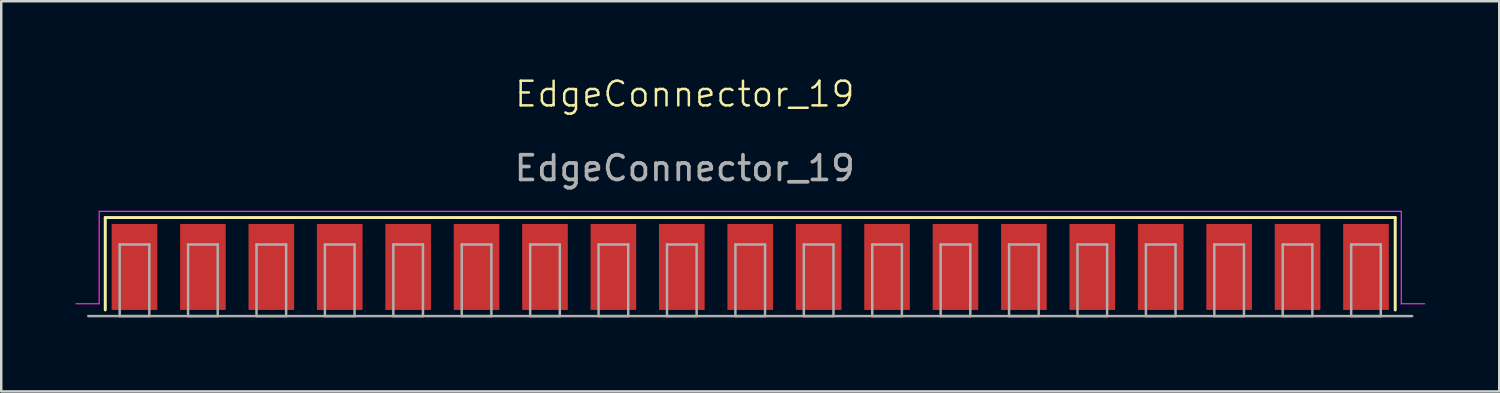
<source format=kicad_pcb>
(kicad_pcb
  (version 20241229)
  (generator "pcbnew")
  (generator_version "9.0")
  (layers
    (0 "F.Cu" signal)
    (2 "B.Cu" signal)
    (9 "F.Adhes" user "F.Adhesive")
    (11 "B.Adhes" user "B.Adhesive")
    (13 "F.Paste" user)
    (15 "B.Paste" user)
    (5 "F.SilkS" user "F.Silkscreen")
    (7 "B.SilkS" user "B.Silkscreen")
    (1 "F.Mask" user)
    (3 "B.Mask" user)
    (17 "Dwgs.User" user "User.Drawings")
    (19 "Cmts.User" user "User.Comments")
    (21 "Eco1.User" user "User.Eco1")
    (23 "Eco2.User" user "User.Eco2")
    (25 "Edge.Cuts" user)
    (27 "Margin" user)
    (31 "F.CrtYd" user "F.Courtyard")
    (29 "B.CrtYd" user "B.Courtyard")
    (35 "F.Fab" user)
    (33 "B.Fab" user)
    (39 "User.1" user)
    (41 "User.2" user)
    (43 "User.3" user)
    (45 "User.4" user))
  (footprint "EdgeConnector_19"
    (layer "F.Cu")
    (at 24.674 1.26)
    (property "Reference" "EdgeConnector_19" (at 0 -0.5 0) (unlocked yes) (layer "F.SilkS") (effects (font (size 1 1) (thickness 0.1))))
    (attr smd)
    (fp_line (start -23.462 4.498) (end -23.462 8.238) (stroke (width 0.12) (type solid)) (layer "F.SilkS"))
    (fp_line (start 28.765 4.498) (end -23.462 4.498) (stroke (width 0.12) (type solid)) (layer "F.SilkS"))
    (fp_line (start 28.765 8.238) (end 28.765 4.498) (stroke (width 0.12) (type solid)) (layer "F.SilkS"))
    (fp_line (start -24.649 7.988) (end -23.709 7.988) (stroke (width 0.05) (type solid)) (layer "F.CrtYd"))
    (fp_line (start -23.709 4.248) (end 29.011 4.248) (stroke (width 0.05) (type solid)) (layer "F.CrtYd"))
    (fp_line (start -23.709 7.988) (end -23.709 4.248) (stroke (width 0.05) (type solid)) (layer "F.CrtYd"))
    (fp_line (start 29.011 4.248) (end 29.011 7.988) (stroke (width 0.05) (type solid)) (layer "F.CrtYd"))
    (fp_line (start 29.011 7.988) (end 29.951 7.988) (stroke (width 0.05) (type solid)) (layer "F.CrtYd"))
    (fp_line (start -22.879 5.588) (end -22.879 8.488) (stroke (width 0.1) (type solid)) (layer "F.Fab"))
    (fp_line (start -22.879 8.488) (end -21.679 8.488) (stroke (width 0.1) (type solid)) (layer "F.Fab"))
    (fp_line (start -21.679 5.588) (end -22.879 5.588) (stroke (width 0.1) (type solid)) (layer "F.Fab"))
    (fp_line (start -21.679 8.488) (end -21.679 5.588) (stroke (width 0.1) (type solid)) (layer "F.Fab"))
    (fp_line (start -20.109 5.588) (end -20.109 8.488) (stroke (width 0.1) (type solid)) (layer "F.Fab"))
    (fp_line (start -20.109 8.488) (end -18.909 8.488) (stroke (width 0.1) (type solid)) (layer "F.Fab"))
    (fp_line (start -18.909 5.588) (end -20.109 5.588) (stroke (width 0.1) (type solid)) (layer "F.Fab"))
    (fp_line (start -18.909 8.488) (end -18.909 5.588) (stroke (width 0.1) (type solid)) (layer "F.Fab"))
    (fp_line (start -17.339 5.588) (end -17.339 8.488) (stroke (width 0.1) (type solid)) (layer "F.Fab"))
    (fp_line (start -17.339 8.488) (end -16.139 8.488) (stroke (width 0.1) (type solid)) (layer "F.Fab"))
    (fp_line (start -16.139 5.588) (end -17.339 5.588) (stroke (width 0.1) (type solid)) (layer "F.Fab"))
    (fp_line (start -16.139 8.488) (end -16.139 5.588) (stroke (width 0.1) (type solid)) (layer "F.Fab"))
    (fp_line (start -14.569 5.588) (end -14.569 8.488) (stroke (width 0.1) (type solid)) (layer "F.Fab"))
    (fp_line (start -14.569 8.488) (end -13.369 8.488) (stroke (width 0.1) (type solid)) (layer "F.Fab"))
    (fp_line (start -13.369 5.588) (end -14.569 5.588) (stroke (width 0.1) (type solid)) (layer "F.Fab"))
    (fp_line (start -13.369 8.488) (end -13.369 5.588) (stroke (width 0.1) (type solid)) (layer "F.Fab"))
    (fp_line (start -11.799 5.588) (end -11.799 8.488) (stroke (width 0.1) (type solid)) (layer "F.Fab"))
    (fp_line (start -11.799 8.488) (end -10.599 8.488) (stroke (width 0.1) (type solid)) (layer "F.Fab"))
    (fp_line (start -10.599 5.588) (end -11.799 5.588) (stroke (width 0.1) (type solid)) (layer "F.Fab"))
    (fp_line (start -10.599 8.488) (end -10.599 5.588) (stroke (width 0.1) (type solid)) (layer "F.Fab"))
    (fp_line (start -9.029 5.588) (end -9.029 8.488) (stroke (width 0.1) (type solid)) (layer "F.Fab"))
    (fp_line (start -9.029 8.488) (end -7.829 8.488) (stroke (width 0.1) (type solid)) (layer "F.Fab"))
    (fp_line (start -7.829 5.588) (end -9.029 5.588) (stroke (width 0.1) (type solid)) (layer "F.Fab"))
    (fp_line (start -7.829 8.488) (end -7.829 5.588) (stroke (width 0.1) (type solid)) (layer "F.Fab"))
    (fp_line (start -6.259 5.588) (end -6.259 8.488) (stroke (width 0.1) (type solid)) (layer "F.Fab"))
    (fp_line (start -6.259 8.488) (end -5.059 8.488) (stroke (width 0.1) (type solid)) (layer "F.Fab"))
    (fp_line (start -5.059 5.588) (end -6.259 5.588) (stroke (width 0.1) (type solid)) (layer "F.Fab"))
    (fp_line (start -5.059 8.488) (end -5.059 5.588) (stroke (width 0.1) (type solid)) (layer "F.Fab"))
    (fp_line (start -3.489 5.588) (end -3.489 8.488) (stroke (width 0.1) (type solid)) (layer "F.Fab"))
    (fp_line (start -3.489 8.488) (end -2.289 8.488) (stroke (width 0.1) (type solid)) (layer "F.Fab"))
    (fp_line (start -2.289 5.588) (end -3.489 5.588) (stroke (width 0.1) (type solid)) (layer "F.Fab"))
    (fp_line (start -2.289 8.488) (end -2.289 5.588) (stroke (width 0.1) (type solid)) (layer "F.Fab"))
    (fp_line (start -0.719 5.588) (end -0.719 8.488) (stroke (width 0.1) (type solid)) (layer "F.Fab"))
    (fp_line (start -0.719 8.488) (end 0.481 8.488) (stroke (width 0.1) (type solid)) (layer "F.Fab"))
    (fp_line (start 0.481 5.588) (end -0.719 5.588) (stroke (width 0.1) (type solid)) (layer "F.Fab"))
    (fp_line (start 0.481 8.488) (end 0.481 5.588) (stroke (width 0.1) (type solid)) (layer "F.Fab"))
    (fp_line (start 2.051 5.588) (end 2.051 8.488) (stroke (width 0.1) (type solid)) (layer "F.Fab"))
    (fp_line (start 2.051 8.488) (end 3.251 8.488) (stroke (width 0.1) (type solid)) (layer "F.Fab"))
    (fp_line (start 3.251 5.588) (end 2.051 5.588) (stroke (width 0.1) (type solid)) (layer "F.Fab"))
    (fp_line (start 3.251 8.488) (end 3.251 5.588) (stroke (width 0.1) (type solid)) (layer "F.Fab"))
    (fp_line (start 4.821 5.588) (end 4.821 8.488) (stroke (width 0.1) (type solid)) (layer "F.Fab"))
    (fp_line (start 4.821 8.488) (end 6.021 8.488) (stroke (width 0.1) (type solid)) (layer "F.Fab"))
    (fp_line (start 6.021 5.588) (end 4.821 5.588) (stroke (width 0.1) (type solid)) (layer "F.Fab"))
    (fp_line (start 6.021 8.488) (end 6.021 5.588) (stroke (width 0.1) (type solid)) (layer "F.Fab"))
    (fp_line (start 7.591 5.588) (end 7.591 8.488) (stroke (width 0.1) (type solid)) (layer "F.Fab"))
    (fp_line (start 7.591 8.488) (end 8.791 8.488) (stroke (width 0.1) (type solid)) (layer "F.Fab"))
    (fp_line (start 8.791 5.588) (end 7.591 5.588) (stroke (width 0.1) (type solid)) (layer "F.Fab"))
    (fp_line (start 8.791 8.488) (end 8.791 5.588) (stroke (width 0.1) (type solid)) (layer "F.Fab"))
    (fp_line (start 10.361 5.588) (end 10.361 8.488) (stroke (width 0.1) (type solid)) (layer "F.Fab"))
    (fp_line (start 10.361 8.488) (end 11.561 8.488) (stroke (width 0.1) (type solid)) (layer "F.Fab"))
    (fp_line (start 11.561 5.588) (end 10.361 5.588) (stroke (width 0.1) (type solid)) (layer "F.Fab"))
    (fp_line (start 11.561 8.488) (end 11.561 5.588) (stroke (width 0.1) (type solid)) (layer "F.Fab"))
    (fp_line (start 13.131 5.588) (end 13.131 8.488) (stroke (width 0.1) (type solid)) (layer "F.Fab"))
    (fp_line (start 13.131 8.488) (end 14.331 8.488) (stroke (width 0.1) (type solid)) (layer "F.Fab"))
    (fp_line (start 14.331 5.588) (end 13.131 5.588) (stroke (width 0.1) (type solid)) (layer "F.Fab"))
    (fp_line (start 14.331 8.488) (end 14.331 5.588) (stroke (width 0.1) (type solid)) (layer "F.Fab"))
    (fp_line (start 15.901 5.588) (end 15.901 8.488) (stroke (width 0.1) (type solid)) (layer "F.Fab"))
    (fp_line (start 15.901 8.488) (end 17.101 8.488) (stroke (width 0.1) (type solid)) (layer "F.Fab"))
    (fp_line (start 17.101 5.588) (end 15.901 5.588) (stroke (width 0.1) (type solid)) (layer "F.Fab"))
    (fp_line (start 17.101 8.488) (end 17.101 5.588) (stroke (width 0.1) (type solid)) (layer "F.Fab"))
    (fp_line (start 18.671 5.588) (end 18.671 8.488) (stroke (width 0.1) (type solid)) (layer "F.Fab"))
    (fp_line (start 18.671 8.488) (end 19.871 8.488) (stroke (width 0.1) (type solid)) (layer "F.Fab"))
    (fp_line (start 19.871 5.588) (end 18.671 5.588) (stroke (width 0.1) (type solid)) (layer "F.Fab"))
    (fp_line (start 19.871 8.488) (end 19.871 5.588) (stroke (width 0.1) (type solid)) (layer "F.Fab"))
    (fp_line (start 21.441 5.588) (end 21.441 8.488) (stroke (width 0.1) (type solid)) (layer "F.Fab"))
    (fp_line (start 21.441 8.488) (end 22.641 8.488) (stroke (width 0.1) (type solid)) (layer "F.Fab"))
    (fp_line (start 22.641 5.588) (end 21.441 5.588) (stroke (width 0.1) (type solid)) (layer "F.Fab"))
    (fp_line (start 22.641 8.488) (end 22.641 5.588) (stroke (width 0.1) (type solid)) (layer "F.Fab"))
    (fp_line (start 24.211 5.588) (end 24.211 8.488) (stroke (width 0.1) (type solid)) (layer "F.Fab"))
    (fp_line (start 24.211 8.488) (end 25.411 8.488) (stroke (width 0.1) (type solid)) (layer "F.Fab"))
    (fp_line (start 25.411 5.588) (end 24.211 5.588) (stroke (width 0.1) (type solid)) (layer "F.Fab"))
    (fp_line (start 25.411 8.488) (end 25.411 5.588) (stroke (width 0.1) (type solid)) (layer "F.Fab"))
    (fp_line (start 26.981 5.588) (end 26.981 8.488) (stroke (width 0.1) (type solid)) (layer "F.Fab"))
    (fp_line (start 26.981 8.488) (end 28.181 8.488) (stroke (width 0.1) (type solid)) (layer "F.Fab"))
    (fp_line (start 28.181 5.588) (end 26.981 5.588) (stroke (width 0.1) (type solid)) (layer "F.Fab"))
    (fp_line (start 28.181 8.488) (end 28.181 5.588) (stroke (width 0.1) (type solid)) (layer "F.Fab"))
    (fp_line (start 29.451 8.488) (end -24.149 8.488) (stroke (width 0.1) (type solid)) (layer "F.Fab"))
    (fp_text user "${REFERENCE}" (at 0 2.5 0) (unlocked yes) (layer "F.Fab") (effects (font (size 1 1) (thickness 0.15))))
    (pad "1" smd rect (at 27.581 6.498) (size 1.847 3.48) (layers "F.Cu" "F.Mask" "F.Paste"))
    (pad "2" smd rect (at 24.811 6.498) (size 1.847 3.48) (layers "F.Cu" "F.Mask" "F.Paste"))
    (pad "3" smd rect (at 22.041 6.498) (size 1.847 3.48) (layers "F.Cu" "F.Mask" "F.Paste"))
    (pad "4" smd rect (at 19.271 6.498) (size 1.847 3.48) (layers "F.Cu" "F.Mask" "F.Paste"))
    (pad "5" smd rect (at 16.501 6.498) (size 1.847 3.48) (layers "F.Cu" "F.Mask" "F.Paste"))
    (pad "6" smd rect (at 13.731 6.498) (size 1.847 3.48) (layers "F.Cu" "F.Mask" "F.Paste"))
    (pad "7" smd rect (at 10.961 6.498) (size 1.847 3.48) (layers "F.Cu" "F.Mask" "F.Paste"))
    (pad "8" smd rect (at 8.191 6.498) (size 1.847 3.48) (layers "F.Cu" "F.Mask" "F.Paste"))
    (pad "9" smd rect (at 5.421 6.498) (size 1.847 3.48) (layers "F.Cu" "F.Mask" "F.Paste"))
    (pad "10" smd rect (at 2.651 6.498) (size 1.847 3.48) (layers "F.Cu" "F.Mask" "F.Paste"))
    (pad "11" smd rect (at -0.119 6.498) (size 1.847 3.48) (layers "F.Cu" "F.Mask" "F.Paste"))
    (pad "12" smd rect (at -2.889 6.498) (size 1.847 3.48) (layers "F.Cu" "F.Mask" "F.Paste"))
    (pad "13" smd rect (at -5.659 6.498) (size 1.847 3.48) (layers "F.Cu" "F.Mask" "F.Paste"))
    (pad "14" smd rect (at -8.429 6.498) (size 1.847 3.48) (layers "F.Cu" "F.Mask" "F.Paste"))
    (pad "15" smd rect (at -11.199 6.498) (size 1.847 3.48) (layers "F.Cu" "F.Mask" "F.Paste"))
    (pad "16" smd rect (at -13.969 6.498) (size 1.847 3.48) (layers "F.Cu" "F.Mask" "F.Paste"))
    (pad "17" smd rect (at -16.739 6.498) (size 1.847 3.48) (layers "F.Cu" "F.Mask" "F.Paste"))
    (pad "18" smd rect (at -19.509 6.498) (size 1.847 3.48) (layers "F.Cu" "F.Mask" "F.Paste"))
    (pad "19" smd rect (at -22.279 6.498) (size 1.847 3.48) (layers "F.Cu" "F.Mask" "F.Paste")))
  (gr_rect
    (start -3 -3)
    (end 57.65 12.799)
    (stroke (width 0.1) (type default))
    (fill no)
    (layer "Edge.Cuts")))
</source>
